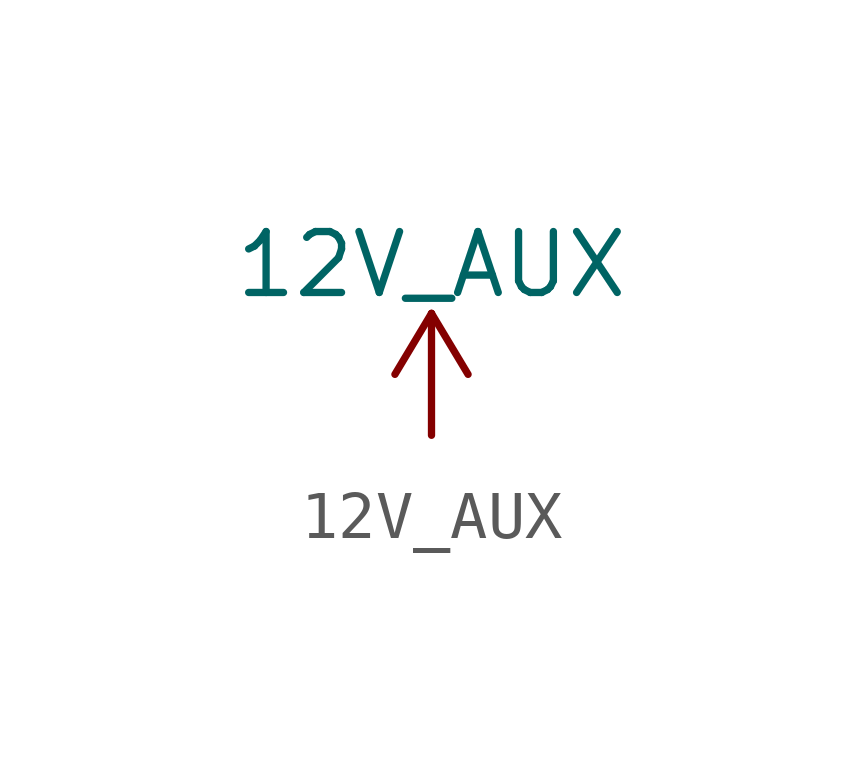
<source format=kicad_sym>
(kicad_symbol_lib
  (version 20211014)
  (generator kicad_symbol_editor)
  (symbol "12V_AUX"
    (power)
    (pin_names
      (offset 0))
    (property "Reference" "#PWR"
      (at 0 -3.81 0)
      (effects (font (size 1.27 1.27)) hide))
    (property "Value" "12V_AUX"
      (at 0 3.556 0)
      (effects (font (size 1.27 1.27))))
    (symbol "12V_AUX_0_1"
      (polyline (pts (xy -0.762 1.27) (xy 0 2.54)) (stroke (width 0) (type default) (color 0 0 0 0)) (fill (type none)))
      (polyline (pts (xy 0 0) (xy 0 2.54)) (stroke (width 0) (type default) (color 0 0 0 0)) (fill (type none)))
      (polyline (pts (xy 0 2.54) (xy 0.762 1.27)) (stroke (width 0) (type default) (color 0 0 0 0)) (fill (type none))))
    (symbol "12V_AUX_1_1"
      (pin power_in line (at 0 0 90) (length 0) hide (name "12V_AUX" (effects (font (size 1.27 1.27)))) (number "1" (effects (font (size 1.27 1.27))))))))
</source>
